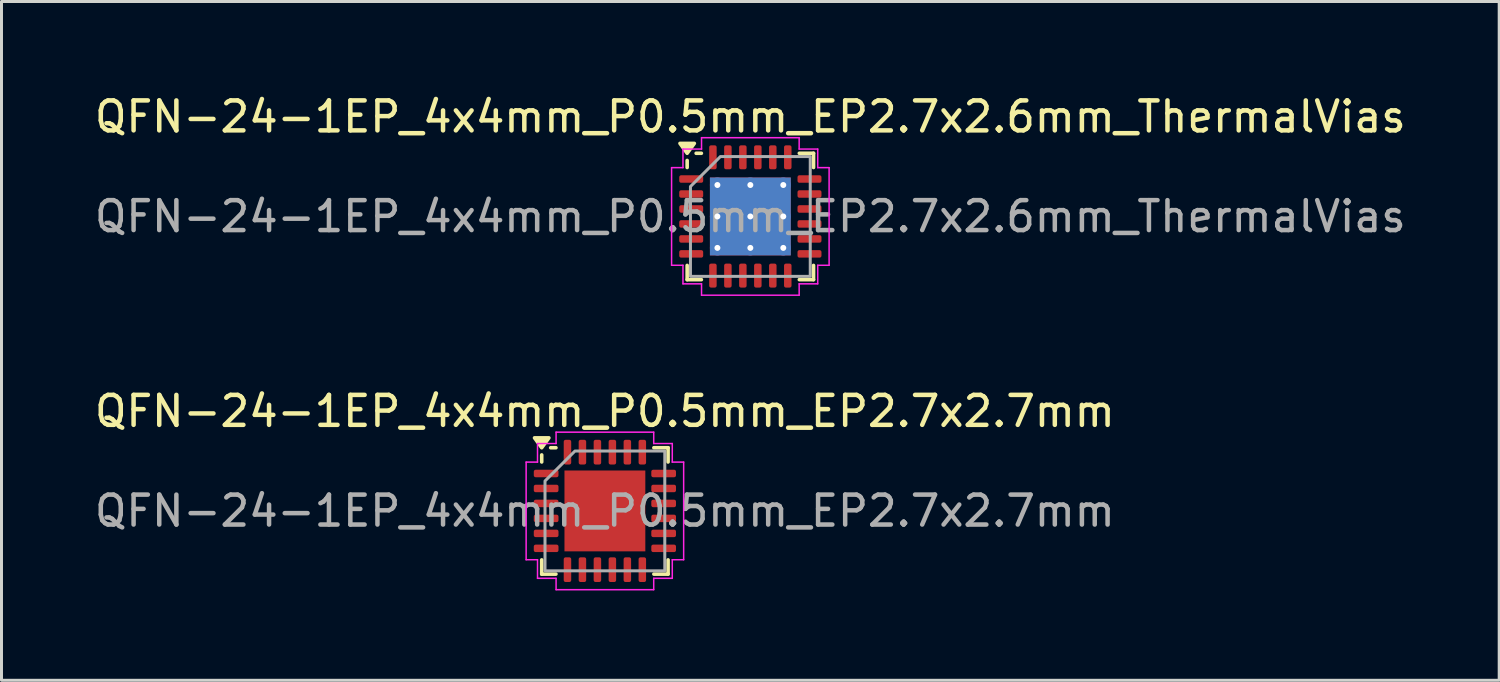
<source format=kicad_pcb>
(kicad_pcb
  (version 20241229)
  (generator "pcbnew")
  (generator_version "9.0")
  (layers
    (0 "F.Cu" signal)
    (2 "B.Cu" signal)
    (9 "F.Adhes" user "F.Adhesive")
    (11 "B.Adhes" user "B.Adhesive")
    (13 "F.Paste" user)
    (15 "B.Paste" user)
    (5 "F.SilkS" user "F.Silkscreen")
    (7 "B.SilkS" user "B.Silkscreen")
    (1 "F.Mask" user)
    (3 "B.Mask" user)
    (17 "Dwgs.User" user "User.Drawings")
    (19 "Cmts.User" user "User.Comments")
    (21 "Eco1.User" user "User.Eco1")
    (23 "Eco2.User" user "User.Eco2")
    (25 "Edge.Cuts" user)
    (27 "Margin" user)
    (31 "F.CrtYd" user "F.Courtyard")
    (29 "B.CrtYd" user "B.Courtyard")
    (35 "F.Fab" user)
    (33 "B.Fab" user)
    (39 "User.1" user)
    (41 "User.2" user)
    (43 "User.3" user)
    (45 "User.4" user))
  (footprint "QFN-24-1EP_4x4mm_P0.5mm_EP2.7x2.6mm_ThermalVias"
    (layer "F.Cu")
    (at 22.006 4.178)
    (property "Reference" "QFN-24-1EP_4x4mm_P0.5mm_EP2.7x2.6mm_ThermalVias" (at 0 -3.33 0) (layer "F.SilkS") (effects (font (size 1 1) (thickness 0.15))))
    (attr smd)
    (fp_line (start -2.11 -1.635) (end -2.11 -1.87) (stroke (width 0.12) (type solid)) (layer "F.SilkS"))
    (fp_line (start -2.11 2.11) (end -2.11 1.635) (stroke (width 0.12) (type solid)) (layer "F.SilkS"))
    (fp_line (start -1.635 -2.11) (end -1.81 -2.11) (stroke (width 0.12) (type solid)) (layer "F.SilkS"))
    (fp_line (start -1.635 2.11) (end -2.11 2.11) (stroke (width 0.12) (type solid)) (layer "F.SilkS"))
    (fp_line (start 1.635 -2.11) (end 2.11 -2.11) (stroke (width 0.12) (type solid)) (layer "F.SilkS"))
    (fp_line (start 1.635 2.11) (end 2.11 2.11) (stroke (width 0.12) (type solid)) (layer "F.SilkS"))
    (fp_line (start 2.11 -2.11) (end 2.11 -1.635) (stroke (width 0.12) (type solid)) (layer "F.SilkS"))
    (fp_line (start 2.11 2.11) (end 2.11 1.635) (stroke (width 0.12) (type solid)) (layer "F.SilkS"))
    (fp_poly (pts (xy -2.11 -2.11) (xy -2.35 -2.44) (xy -1.87 -2.44)) (stroke (width 0.12) (type solid)) (fill yes) (layer "F.SilkS"))
    (fp_line (start -2.63 -1.63) (end -2.25 -1.63) (stroke (width 0.05) (type solid)) (layer "F.CrtYd"))
    (fp_line (start -2.63 1.63) (end -2.63 -1.63) (stroke (width 0.05) (type solid)) (layer "F.CrtYd"))
    (fp_line (start -2.25 -2.25) (end -1.63 -2.25) (stroke (width 0.05) (type solid)) (layer "F.CrtYd"))
    (fp_line (start -2.25 -1.63) (end -2.25 -2.25) (stroke (width 0.05) (type solid)) (layer "F.CrtYd"))
    (fp_line (start -2.25 1.63) (end -2.63 1.63) (stroke (width 0.05) (type solid)) (layer "F.CrtYd"))
    (fp_line (start -2.25 2.25) (end -2.25 1.63) (stroke (width 0.05) (type solid)) (layer "F.CrtYd"))
    (fp_line (start -1.63 -2.63) (end 1.63 -2.63) (stroke (width 0.05) (type solid)) (layer "F.CrtYd"))
    (fp_line (start -1.63 -2.25) (end -1.63 -2.63) (stroke (width 0.05) (type solid)) (layer "F.CrtYd"))
    (fp_line (start -1.63 2.25) (end -2.25 2.25) (stroke (width 0.05) (type solid)) (layer "F.CrtYd"))
    (fp_line (start -1.63 2.63) (end -1.63 2.25) (stroke (width 0.05) (type solid)) (layer "F.CrtYd"))
    (fp_line (start 1.63 -2.63) (end 1.63 -2.25) (stroke (width 0.05) (type solid)) (layer "F.CrtYd"))
    (fp_line (start 1.63 -2.25) (end 2.25 -2.25) (stroke (width 0.05) (type solid)) (layer "F.CrtYd"))
    (fp_line (start 1.63 2.25) (end 1.63 2.63) (stroke (width 0.05) (type solid)) (layer "F.CrtYd"))
    (fp_line (start 1.63 2.63) (end -1.63 2.63) (stroke (width 0.05) (type solid)) (layer "F.CrtYd"))
    (fp_line (start 2.25 -2.25) (end 2.25 -1.63) (stroke (width 0.05) (type solid)) (layer "F.CrtYd"))
    (fp_line (start 2.25 -1.63) (end 2.63 -1.63) (stroke (width 0.05) (type solid)) (layer "F.CrtYd"))
    (fp_line (start 2.25 1.63) (end 2.25 2.25) (stroke (width 0.05) (type solid)) (layer "F.CrtYd"))
    (fp_line (start 2.25 2.25) (end 1.63 2.25) (stroke (width 0.05) (type solid)) (layer "F.CrtYd"))
    (fp_line (start 2.63 -1.63) (end 2.63 1.63) (stroke (width 0.05) (type solid)) (layer "F.CrtYd"))
    (fp_line (start 2.63 1.63) (end 2.25 1.63) (stroke (width 0.05) (type solid)) (layer "F.CrtYd"))
    (fp_poly (pts (xy -2 -1) (xy -2 2) (xy 2 2) (xy 2 -2) (xy -1 -2)) (stroke (width 0.1) (type solid)) (fill no) (layer "F.Fab"))
    (fp_text user "${REFERENCE}" (at 0 0 0) (layer "F.Fab") (effects (font (size 1 1) (thickness 0.15))))
    (pad "" smd roundrect (at -0.675 -0.65) (size 1.17 1.13) (layers "F.Paste") (roundrect_rratio 0.221))
    (pad "" smd roundrect (at -0.675 0.65) (size 1.17 1.13) (layers "F.Paste") (roundrect_rratio 0.221))
    (pad "" smd roundrect (at 0.675 -0.65) (size 1.17 1.13) (layers "F.Paste") (roundrect_rratio 0.221))
    (pad "" smd roundrect (at 0.675 0.65) (size 1.17 1.13) (layers "F.Paste") (roundrect_rratio 0.221))
    (pad "1" smd roundrect (at -1.975 -1.25) (size 0.8 0.25) (layers "F.Cu" "F.Mask" "F.Paste") (roundrect_rratio 0.25))
    (pad "2" smd roundrect (at -1.975 -0.75) (size 0.8 0.25) (layers "F.Cu" "F.Mask" "F.Paste") (roundrect_rratio 0.25))
    (pad "3" smd roundrect (at -1.975 -0.25) (size 0.8 0.25) (layers "F.Cu" "F.Mask" "F.Paste") (roundrect_rratio 0.25))
    (pad "4" smd roundrect (at -1.975 0.25) (size 0.8 0.25) (layers "F.Cu" "F.Mask" "F.Paste") (roundrect_rratio 0.25))
    (pad "5" smd roundrect (at -1.975 0.75) (size 0.8 0.25) (layers "F.Cu" "F.Mask" "F.Paste") (roundrect_rratio 0.25))
    (pad "6" smd roundrect (at -1.975 1.25) (size 0.8 0.25) (layers "F.Cu" "F.Mask" "F.Paste") (roundrect_rratio 0.25))
    (pad "7" smd roundrect (at -1.25 1.975) (size 0.25 0.8) (layers "F.Cu" "F.Mask" "F.Paste") (roundrect_rratio 0.25))
    (pad "8" smd roundrect (at -0.75 1.975) (size 0.25 0.8) (layers "F.Cu" "F.Mask" "F.Paste") (roundrect_rratio 0.25))
    (pad "9" smd roundrect (at -0.25 1.975) (size 0.25 0.8) (layers "F.Cu" "F.Mask" "F.Paste") (roundrect_rratio 0.25))
    (pad "10" smd roundrect (at 0.25 1.975) (size 0.25 0.8) (layers "F.Cu" "F.Mask" "F.Paste") (roundrect_rratio 0.25))
    (pad "11" smd roundrect (at 0.75 1.975) (size 0.25 0.8) (layers "F.Cu" "F.Mask" "F.Paste") (roundrect_rratio 0.25))
    (pad "12" smd roundrect (at 1.25 1.975) (size 0.25 0.8) (layers "F.Cu" "F.Mask" "F.Paste") (roundrect_rratio 0.25))
    (pad "13" smd roundrect (at 1.975 1.25) (size 0.8 0.25) (layers "F.Cu" "F.Mask" "F.Paste") (roundrect_rratio 0.25))
    (pad "14" smd roundrect (at 1.975 0.75) (size 0.8 0.25) (layers "F.Cu" "F.Mask" "F.Paste") (roundrect_rratio 0.25))
    (pad "15" smd roundrect (at 1.975 0.25) (size 0.8 0.25) (layers "F.Cu" "F.Mask" "F.Paste") (roundrect_rratio 0.25))
    (pad "16" smd roundrect (at 1.975 -0.25) (size 0.8 0.25) (layers "F.Cu" "F.Mask" "F.Paste") (roundrect_rratio 0.25))
    (pad "17" smd roundrect (at 1.975 -0.75) (size 0.8 0.25) (layers "F.Cu" "F.Mask" "F.Paste") (roundrect_rratio 0.25))
    (pad "18" smd roundrect (at 1.975 -1.25) (size 0.8 0.25) (layers "F.Cu" "F.Mask" "F.Paste") (roundrect_rratio 0.25))
    (pad "19" smd roundrect (at 1.25 -1.975) (size 0.25 0.8) (layers "F.Cu" "F.Mask" "F.Paste") (roundrect_rratio 0.25))
    (pad "20" smd roundrect (at 0.75 -1.975) (size 0.25 0.8) (layers "F.Cu" "F.Mask" "F.Paste") (roundrect_rratio 0.25))
    (pad "21" smd roundrect (at 0.25 -1.975) (size 0.25 0.8) (layers "F.Cu" "F.Mask" "F.Paste") (roundrect_rratio 0.25))
    (pad "22" smd roundrect (at -0.25 -1.975) (size 0.25 0.8) (layers "F.Cu" "F.Mask" "F.Paste") (roundrect_rratio 0.25))
    (pad "23" smd roundrect (at -0.75 -1.975) (size 0.25 0.8) (layers "F.Cu" "F.Mask" "F.Paste") (roundrect_rratio 0.25))
    (pad "24" smd roundrect (at -1.25 -1.975) (size 0.25 0.8) (layers "F.Cu" "F.Mask" "F.Paste") (roundrect_rratio 0.25))
    (pad "25" thru_hole circle (at -1.1 -1.05) (size 0.5 0.5) (drill 0.2) (property pad_prop_heatsink) (layers "*.Cu"))
    (pad "25" thru_hole circle (at -1.1 0) (size 0.5 0.5) (drill 0.2) (property pad_prop_heatsink) (layers "*.Cu"))
    (pad "25" thru_hole circle (at -1.1 1.05) (size 0.5 0.5) (drill 0.2) (property pad_prop_heatsink) (layers "*.Cu"))
    (pad "25" thru_hole circle (at 0 -1.05) (size 0.5 0.5) (drill 0.2) (property pad_prop_heatsink) (layers "*.Cu"))
    (pad "25" thru_hole circle (at 0 0) (size 0.5 0.5) (drill 0.2) (property pad_prop_heatsink) (layers "*.Cu"))
    (pad "25" smd rect (at 0 0) (size 2.7 2.6) (property pad_prop_heatsink) (layers "F.Cu" "F.Mask"))
    (pad "25" smd rect (at 0 0) (size 2.7 2.6) (property pad_prop_heatsink) (layers "B.Cu"))
    (pad "25" thru_hole circle (at 0 1.05) (size 0.5 0.5) (drill 0.2) (property pad_prop_heatsink) (layers "*.Cu"))
    (pad "25" thru_hole circle (at 1.1 -1.05) (size 0.5 0.5) (drill 0.2) (property pad_prop_heatsink) (layers "*.Cu"))
    (pad "25" thru_hole circle (at 1.1 0) (size 0.5 0.5) (drill 0.2) (property pad_prop_heatsink) (layers "*.Cu"))
    (pad "25" thru_hole circle (at 1.1 1.05) (size 0.5 0.5) (drill 0.2) (property pad_prop_heatsink) (layers "*.Cu")))
  (footprint "QFN-24-1EP_4x4mm_P0.5mm_EP2.7x2.7mm"
    (layer "F.Cu")
    (at 17.149 14.011)
    (property "Reference" "QFN-24-1EP_4x4mm_P0.5mm_EP2.7x2.7mm" (at 0 -3.33 0) (layer "F.SilkS") (effects (font (size 1 1) (thickness 0.15))))
    (attr smd)
    (fp_line (start -2.11 -1.635) (end -2.11 -1.87) (stroke (width 0.12) (type solid)) (layer "F.SilkS"))
    (fp_line (start -2.11 2.11) (end -2.11 1.635) (stroke (width 0.12) (type solid)) (layer "F.SilkS"))
    (fp_line (start -1.635 -2.11) (end -1.81 -2.11) (stroke (width 0.12) (type solid)) (layer "F.SilkS"))
    (fp_line (start -1.635 2.11) (end -2.11 2.11) (stroke (width 0.12) (type solid)) (layer "F.SilkS"))
    (fp_line (start 1.635 -2.11) (end 2.11 -2.11) (stroke (width 0.12) (type solid)) (layer "F.SilkS"))
    (fp_line (start 1.635 2.11) (end 2.11 2.11) (stroke (width 0.12) (type solid)) (layer "F.SilkS"))
    (fp_line (start 2.11 -2.11) (end 2.11 -1.635) (stroke (width 0.12) (type solid)) (layer "F.SilkS"))
    (fp_line (start 2.11 2.11) (end 2.11 1.635) (stroke (width 0.12) (type solid)) (layer "F.SilkS"))
    (fp_poly (pts (xy -2.11 -2.11) (xy -2.35 -2.44) (xy -1.87 -2.44)) (stroke (width 0.12) (type solid)) (fill yes) (layer "F.SilkS"))
    (fp_line (start -2.63 -1.63) (end -2.25 -1.63) (stroke (width 0.05) (type solid)) (layer "F.CrtYd"))
    (fp_line (start -2.63 1.63) (end -2.63 -1.63) (stroke (width 0.05) (type solid)) (layer "F.CrtYd"))
    (fp_line (start -2.25 -2.25) (end -1.63 -2.25) (stroke (width 0.05) (type solid)) (layer "F.CrtYd"))
    (fp_line (start -2.25 -1.63) (end -2.25 -2.25) (stroke (width 0.05) (type solid)) (layer "F.CrtYd"))
    (fp_line (start -2.25 1.63) (end -2.63 1.63) (stroke (width 0.05) (type solid)) (layer "F.CrtYd"))
    (fp_line (start -2.25 2.25) (end -2.25 1.63) (stroke (width 0.05) (type solid)) (layer "F.CrtYd"))
    (fp_line (start -1.63 -2.63) (end 1.63 -2.63) (stroke (width 0.05) (type solid)) (layer "F.CrtYd"))
    (fp_line (start -1.63 -2.25) (end -1.63 -2.63) (stroke (width 0.05) (type solid)) (layer "F.CrtYd"))
    (fp_line (start -1.63 2.25) (end -2.25 2.25) (stroke (width 0.05) (type solid)) (layer "F.CrtYd"))
    (fp_line (start -1.63 2.63) (end -1.63 2.25) (stroke (width 0.05) (type solid)) (layer "F.CrtYd"))
    (fp_line (start 1.63 -2.63) (end 1.63 -2.25) (stroke (width 0.05) (type solid)) (layer "F.CrtYd"))
    (fp_line (start 1.63 -2.25) (end 2.25 -2.25) (stroke (width 0.05) (type solid)) (layer "F.CrtYd"))
    (fp_line (start 1.63 2.25) (end 1.63 2.63) (stroke (width 0.05) (type solid)) (layer "F.CrtYd"))
    (fp_line (start 1.63 2.63) (end -1.63 2.63) (stroke (width 0.05) (type solid)) (layer "F.CrtYd"))
    (fp_line (start 2.25 -2.25) (end 2.25 -1.63) (stroke (width 0.05) (type solid)) (layer "F.CrtYd"))
    (fp_line (start 2.25 -1.63) (end 2.63 -1.63) (stroke (width 0.05) (type solid)) (layer "F.CrtYd"))
    (fp_line (start 2.25 1.63) (end 2.25 2.25) (stroke (width 0.05) (type solid)) (layer "F.CrtYd"))
    (fp_line (start 2.25 2.25) (end 1.63 2.25) (stroke (width 0.05) (type solid)) (layer "F.CrtYd"))
    (fp_line (start 2.63 -1.63) (end 2.63 1.63) (stroke (width 0.05) (type solid)) (layer "F.CrtYd"))
    (fp_line (start 2.63 1.63) (end 2.25 1.63) (stroke (width 0.05) (type solid)) (layer "F.CrtYd"))
    (fp_poly (pts (xy -2 -1) (xy -2 2) (xy 2 2) (xy 2 -2) (xy -1 -2)) (stroke (width 0.1) (type solid)) (fill no) (layer "F.Fab"))
    (fp_text user "${REFERENCE}" (at 0 0 0) (layer "F.Fab") (effects (font (size 1 1) (thickness 0.15))))
    (pad "" smd roundrect (at -0.675 -0.675) (size 1.09 1.09) (layers "F.Paste") (roundrect_rratio 0.229))
    (pad "" smd roundrect (at -0.675 0.675) (size 1.09 1.09) (layers "F.Paste") (roundrect_rratio 0.229))
    (pad "" smd roundrect (at 0.675 -0.675) (size 1.09 1.09) (layers "F.Paste") (roundrect_rratio 0.229))
    (pad "" smd roundrect (at 0.675 0.675) (size 1.09 1.09) (layers "F.Paste") (roundrect_rratio 0.229))
    (pad "1" smd roundrect (at -1.962 -1.25) (size 0.825 0.25) (layers "F.Cu" "F.Mask" "F.Paste") (roundrect_rratio 0.25))
    (pad "2" smd roundrect (at -1.962 -0.75) (size 0.825 0.25) (layers "F.Cu" "F.Mask" "F.Paste") (roundrect_rratio 0.25))
    (pad "3" smd roundrect (at -1.962 -0.25) (size 0.825 0.25) (layers "F.Cu" "F.Mask" "F.Paste") (roundrect_rratio 0.25))
    (pad "4" smd roundrect (at -1.962 0.25) (size 0.825 0.25) (layers "F.Cu" "F.Mask" "F.Paste") (roundrect_rratio 0.25))
    (pad "5" smd roundrect (at -1.962 0.75) (size 0.825 0.25) (layers "F.Cu" "F.Mask" "F.Paste") (roundrect_rratio 0.25))
    (pad "6" smd roundrect (at -1.962 1.25) (size 0.825 0.25) (layers "F.Cu" "F.Mask" "F.Paste") (roundrect_rratio 0.25))
    (pad "7" smd roundrect (at -1.25 1.962) (size 0.25 0.825) (layers "F.Cu" "F.Mask" "F.Paste") (roundrect_rratio 0.25))
    (pad "8" smd roundrect (at -0.75 1.962) (size 0.25 0.825) (layers "F.Cu" "F.Mask" "F.Paste") (roundrect_rratio 0.25))
    (pad "9" smd roundrect (at -0.25 1.962) (size 0.25 0.825) (layers "F.Cu" "F.Mask" "F.Paste") (roundrect_rratio 0.25))
    (pad "10" smd roundrect (at 0.25 1.962) (size 0.25 0.825) (layers "F.Cu" "F.Mask" "F.Paste") (roundrect_rratio 0.25))
    (pad "11" smd roundrect (at 0.75 1.962) (size 0.25 0.825) (layers "F.Cu" "F.Mask" "F.Paste") (roundrect_rratio 0.25))
    (pad "12" smd roundrect (at 1.25 1.962) (size 0.25 0.825) (layers "F.Cu" "F.Mask" "F.Paste") (roundrect_rratio 0.25))
    (pad "13" smd roundrect (at 1.962 1.25) (size 0.825 0.25) (layers "F.Cu" "F.Mask" "F.Paste") (roundrect_rratio 0.25))
    (pad "14" smd roundrect (at 1.962 0.75) (size 0.825 0.25) (layers "F.Cu" "F.Mask" "F.Paste") (roundrect_rratio 0.25))
    (pad "15" smd roundrect (at 1.962 0.25) (size 0.825 0.25) (layers "F.Cu" "F.Mask" "F.Paste") (roundrect_rratio 0.25))
    (pad "16" smd roundrect (at 1.962 -0.25) (size 0.825 0.25) (layers "F.Cu" "F.Mask" "F.Paste") (roundrect_rratio 0.25))
    (pad "17" smd roundrect (at 1.962 -0.75) (size 0.825 0.25) (layers "F.Cu" "F.Mask" "F.Paste") (roundrect_rratio 0.25))
    (pad "18" smd roundrect (at 1.962 -1.25) (size 0.825 0.25) (layers "F.Cu" "F.Mask" "F.Paste") (roundrect_rratio 0.25))
    (pad "19" smd roundrect (at 1.25 -1.962) (size 0.25 0.825) (layers "F.Cu" "F.Mask" "F.Paste") (roundrect_rratio 0.25))
    (pad "20" smd roundrect (at 0.75 -1.962) (size 0.25 0.825) (layers "F.Cu" "F.Mask" "F.Paste") (roundrect_rratio 0.25))
    (pad "21" smd roundrect (at 0.25 -1.962) (size 0.25 0.825) (layers "F.Cu" "F.Mask" "F.Paste") (roundrect_rratio 0.25))
    (pad "22" smd roundrect (at -0.25 -1.962) (size 0.25 0.825) (layers "F.Cu" "F.Mask" "F.Paste") (roundrect_rratio 0.25))
    (pad "23" smd roundrect (at -0.75 -1.962) (size 0.25 0.825) (layers "F.Cu" "F.Mask" "F.Paste") (roundrect_rratio 0.25))
    (pad "24" smd roundrect (at -1.25 -1.962) (size 0.25 0.825) (layers "F.Cu" "F.Mask" "F.Paste") (roundrect_rratio 0.25))
    (pad "25" smd rect (at 0 0) (size 2.7 2.7) (property pad_prop_heatsink) (layers "F.Cu" "F.Mask")))
  (gr_rect
    (start -3 -3)
    (end 47.012 19.666)
    (stroke (width 0.1) (type default))
    (fill no)
    (layer "Edge.Cuts")))
</source>
